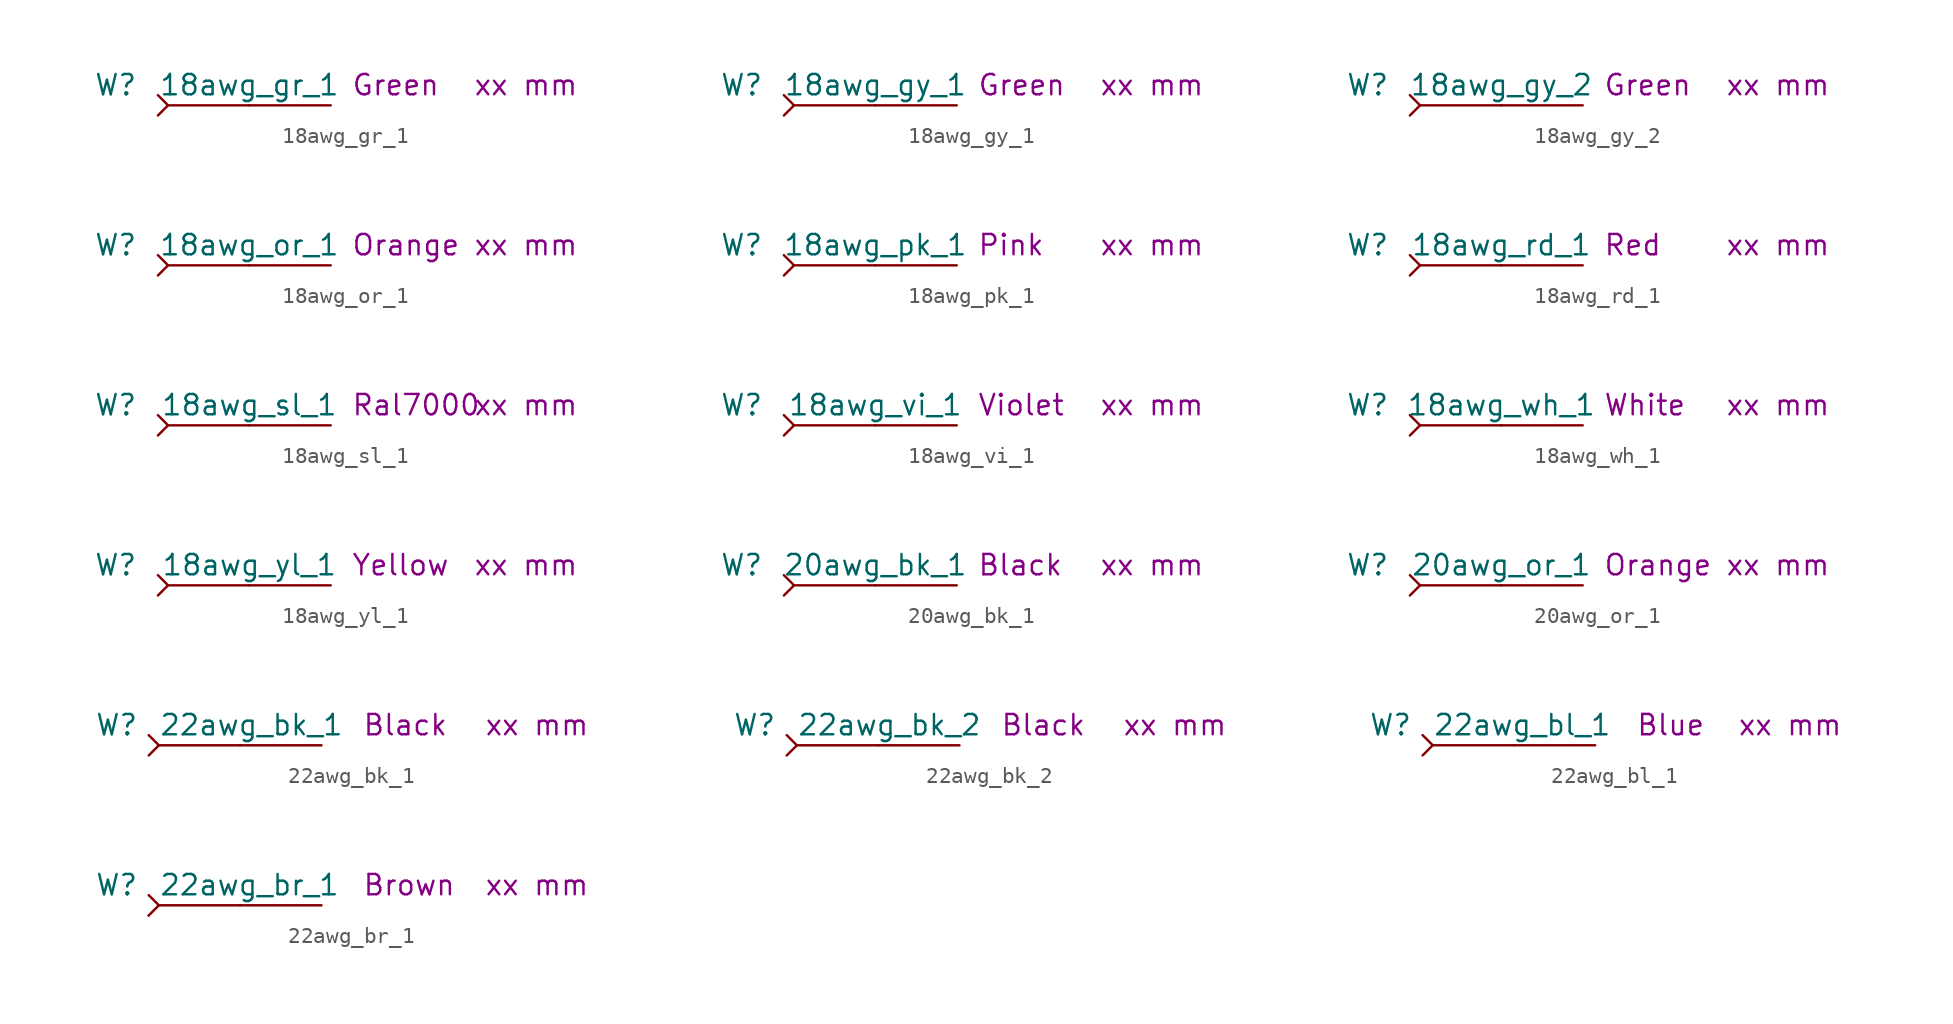
<source format=kicad_sym>
(kicad_symbol_lib
  (version 20220914)
  (generator kicad_symbol_editor)
  (symbol "18awg_gr_1"
    (pin_numbers hide)
    (pin_names
      (offset 0) hide)
    (property "Reference" "W"
      (at -6.985 1.27 0)
      (effects (font (size 1.27 1.27)) (justify right)))
    (property "Value" "18awg_gr_1"
      (at 0 1.27 0)
      (effects (font (size 1.27 1.27))))
    (property "Color" "Green"
      (at 6.35 1.27 0)
      (effects (font (size 1.27 1.27)) (justify left)))
    (property "Length" "xx mm"
      (at 13.97 1.27 0)
      (effects (font (size 1.27 1.27)) (justify left)))
    (symbol "18awg_gr_1_0_1"
      (polyline (pts (xy -5.715 0.635) (xy -5.08 0) (xy -5.715 -0.635)) (stroke (width 0) (type default)) (fill (type none))))
    (symbol "18awg_gr_1_1_1"
      (pin bidirectional line (at -5.08 0 0) (length 5.08) (name "X" (effects (font (size 1.27 1.27)))) (number "1" (effects (font (size 1.27 1.27)))))
      (pin bidirectional line (at 5.08 0 180) (length 5.08) (name "Y" (effects (font (size 1.27 1.27)))) (number "2" (effects (font (size 1.27 1.27)))))))
  (symbol "18awg_gy_1"
    (pin_numbers hide)
    (pin_names
      (offset 0) hide)
    (property "Reference" "W"
      (at -6.985 1.27 0)
      (effects (font (size 1.27 1.27)) (justify right)))
    (property "Value" "18awg_gy_1"
      (at 0 1.27 0)
      (effects (font (size 1.27 1.27))))
    (property "Color" "Green"
      (at 6.35 1.27 0)
      (effects (font (size 1.27 1.27)) (justify left)))
    (property "Length" "xx mm"
      (at 13.97 1.27 0)
      (effects (font (size 1.27 1.27)) (justify left)))
    (symbol "18awg_gy_1_0_1"
      (polyline (pts (xy -5.715 0.635) (xy -5.08 0) (xy -5.715 -0.635)) (stroke (width 0) (type default)) (fill (type none))))
    (symbol "18awg_gy_1_1_1"
      (pin bidirectional line (at -5.08 0 0) (length 5.08) (name "X" (effects (font (size 1.27 1.27)))) (number "1" (effects (font (size 1.27 1.27)))))
      (pin bidirectional line (at 5.08 0 180) (length 5.08) (name "Y" (effects (font (size 1.27 1.27)))) (number "2" (effects (font (size 1.27 1.27)))))))
  (symbol "18awg_gy_2"
    (pin_numbers hide)
    (pin_names
      (offset 0) hide)
    (property "Reference" "W"
      (at -6.985 1.27 0)
      (effects (font (size 1.27 1.27)) (justify right)))
    (property "Value" "18awg_gy_2"
      (at 0 1.27 0)
      (effects (font (size 1.27 1.27))))
    (property "Color" "Green"
      (at 6.35 1.27 0)
      (effects (font (size 1.27 1.27)) (justify left)))
    (property "Length" "xx mm"
      (at 13.97 1.27 0)
      (effects (font (size 1.27 1.27)) (justify left)))
    (symbol "18awg_gy_2_0_1"
      (polyline (pts (xy -5.715 0.635) (xy -5.08 0) (xy -5.715 -0.635)) (stroke (width 0) (type default)) (fill (type none))))
    (symbol "18awg_gy_2_1_1"
      (pin bidirectional line (at -5.08 0 0) (length 5.08) (name "X" (effects (font (size 1.27 1.27)))) (number "1" (effects (font (size 1.27 1.27)))))
      (pin bidirectional line (at 5.08 0 180) (length 5.08) (name "Y" (effects (font (size 1.27 1.27)))) (number "2" (effects (font (size 1.27 1.27)))))))
  (symbol "18awg_or_1"
    (pin_numbers hide)
    (pin_names
      (offset 0) hide)
    (property "Reference" "W"
      (at -6.985 1.27 0)
      (effects (font (size 1.27 1.27)) (justify right)))
    (property "Value" "18awg_or_1"
      (at 0 1.27 0)
      (effects (font (size 1.27 1.27))))
    (property "Color" "Orange"
      (at 6.35 1.27 0)
      (effects (font (size 1.27 1.27)) (justify left)))
    (property "Length" "xx mm"
      (at 13.97 1.27 0)
      (effects (font (size 1.27 1.27)) (justify left)))
    (symbol "18awg_or_1_0_1"
      (polyline (pts (xy -5.715 0.635) (xy -5.08 0) (xy -5.715 -0.635)) (stroke (width 0) (type default)) (fill (type none))))
    (symbol "18awg_or_1_1_1"
      (pin bidirectional line (at -5.08 0 0) (length 5.08) (name "X" (effects (font (size 1.27 1.27)))) (number "1" (effects (font (size 1.27 1.27)))))
      (pin bidirectional line (at 5.08 0 180) (length 5.08) (name "Y" (effects (font (size 1.27 1.27)))) (number "2" (effects (font (size 1.27 1.27)))))))
  (symbol "18awg_pk_1"
    (pin_numbers hide)
    (pin_names
      (offset 0) hide)
    (property "Reference" "W"
      (at -6.985 1.27 0)
      (effects (font (size 1.27 1.27)) (justify right)))
    (property "Value" "18awg_pk_1"
      (at 0 1.27 0)
      (effects (font (size 1.27 1.27))))
    (property "Color" "Pink"
      (at 6.35 1.27 0)
      (effects (font (size 1.27 1.27)) (justify left)))
    (property "Length" "xx mm"
      (at 13.97 1.27 0)
      (effects (font (size 1.27 1.27)) (justify left)))
    (symbol "18awg_pk_1_0_1"
      (polyline (pts (xy -5.715 0.635) (xy -5.08 0) (xy -5.715 -0.635)) (stroke (width 0) (type default)) (fill (type none))))
    (symbol "18awg_pk_1_1_1"
      (pin bidirectional line (at -5.08 0 0) (length 5.08) (name "X" (effects (font (size 1.27 1.27)))) (number "1" (effects (font (size 1.27 1.27)))))
      (pin bidirectional line (at 5.08 0 180) (length 5.08) (name "Y" (effects (font (size 1.27 1.27)))) (number "2" (effects (font (size 1.27 1.27)))))))
  (symbol "18awg_rd_1"
    (pin_numbers hide)
    (pin_names
      (offset 0) hide)
    (property "Reference" "W"
      (at -6.985 1.27 0)
      (effects (font (size 1.27 1.27)) (justify right)))
    (property "Value" "18awg_rd_1"
      (at 0 1.27 0)
      (effects (font (size 1.27 1.27))))
    (property "Color" "Red"
      (at 6.35 1.27 0)
      (effects (font (size 1.27 1.27)) (justify left)))
    (property "Length" "xx mm"
      (at 13.97 1.27 0)
      (effects (font (size 1.27 1.27)) (justify left)))
    (symbol "18awg_rd_1_0_1"
      (polyline (pts (xy -5.715 0.635) (xy -5.08 0) (xy -5.715 -0.635)) (stroke (width 0) (type default)) (fill (type none))))
    (symbol "18awg_rd_1_1_1"
      (pin bidirectional line (at -5.08 0 0) (length 5.08) (name "X" (effects (font (size 1.27 1.27)))) (number "1" (effects (font (size 1.27 1.27)))))
      (pin bidirectional line (at 5.08 0 180) (length 5.08) (name "Y" (effects (font (size 1.27 1.27)))) (number "2" (effects (font (size 1.27 1.27)))))))
  (symbol "18awg_sl_1"
    (pin_numbers hide)
    (pin_names
      (offset 0) hide)
    (property "Reference" "W"
      (at -6.985 1.27 0)
      (effects (font (size 1.27 1.27)) (justify right)))
    (property "Value" "18awg_sl_1"
      (at 0 1.27 0)
      (effects (font (size 1.27 1.27))))
    (property "Color" "Ral7000"
      (at 6.35 1.27 0)
      (effects (font (size 1.27 1.27)) (justify left)))
    (property "Length" "xx mm"
      (at 13.97 1.27 0)
      (effects (font (size 1.27 1.27)) (justify left)))
    (symbol "18awg_sl_1_0_1"
      (polyline (pts (xy -5.715 0.635) (xy -5.08 0) (xy -5.715 -0.635)) (stroke (width 0) (type default)) (fill (type none))))
    (symbol "18awg_sl_1_1_1"
      (pin bidirectional line (at -5.08 0 0) (length 5.08) (name "X" (effects (font (size 1.27 1.27)))) (number "1" (effects (font (size 1.27 1.27)))))
      (pin bidirectional line (at 5.08 0 180) (length 5.08) (name "Y" (effects (font (size 1.27 1.27)))) (number "2" (effects (font (size 1.27 1.27)))))))
  (symbol "18awg_vi_1"
    (pin_numbers hide)
    (pin_names
      (offset 0) hide)
    (property "Reference" "W"
      (at -6.985 1.27 0)
      (effects (font (size 1.27 1.27)) (justify right)))
    (property "Value" "18awg_vi_1"
      (at 0 1.27 0)
      (effects (font (size 1.27 1.27))))
    (property "Color" "Violet"
      (at 6.35 1.27 0)
      (effects (font (size 1.27 1.27)) (justify left)))
    (property "Length" "xx mm"
      (at 13.97 1.27 0)
      (effects (font (size 1.27 1.27)) (justify left)))
    (symbol "18awg_vi_1_0_1"
      (polyline (pts (xy -5.715 0.635) (xy -5.08 0) (xy -5.715 -0.635)) (stroke (width 0) (type default)) (fill (type none))))
    (symbol "18awg_vi_1_1_1"
      (pin bidirectional line (at -5.08 0 0) (length 5.08) (name "X" (effects (font (size 1.27 1.27)))) (number "1" (effects (font (size 1.27 1.27)))))
      (pin bidirectional line (at 5.08 0 180) (length 5.08) (name "Y" (effects (font (size 1.27 1.27)))) (number "2" (effects (font (size 1.27 1.27)))))))
  (symbol "18awg_wh_1"
    (pin_numbers hide)
    (pin_names
      (offset 0) hide)
    (property "Reference" "W"
      (at -6.985 1.27 0)
      (effects (font (size 1.27 1.27)) (justify right)))
    (property "Value" "18awg_wh_1"
      (at 0 1.27 0)
      (effects (font (size 1.27 1.27))))
    (property "Color" "White"
      (at 6.35 1.27 0)
      (effects (font (size 1.27 1.27)) (justify left)))
    (property "Length" "xx mm"
      (at 13.97 1.27 0)
      (effects (font (size 1.27 1.27)) (justify left)))
    (symbol "18awg_wh_1_0_1"
      (polyline (pts (xy -5.715 0.635) (xy -5.08 0) (xy -5.715 -0.635)) (stroke (width 0) (type default)) (fill (type none))))
    (symbol "18awg_wh_1_1_1"
      (pin bidirectional line (at -5.08 0 0) (length 5.08) (name "X" (effects (font (size 1.27 1.27)))) (number "1" (effects (font (size 1.27 1.27)))))
      (pin bidirectional line (at 5.08 0 180) (length 5.08) (name "Y" (effects (font (size 1.27 1.27)))) (number "2" (effects (font (size 1.27 1.27)))))))
  (symbol "18awg_yl_1"
    (pin_numbers hide)
    (pin_names
      (offset 0) hide)
    (property "Reference" "W"
      (at -6.985 1.27 0)
      (effects (font (size 1.27 1.27)) (justify right)))
    (property "Value" "18awg_yl_1"
      (at 0 1.27 0)
      (effects (font (size 1.27 1.27))))
    (property "Color" "Yellow"
      (at 6.35 1.27 0)
      (effects (font (size 1.27 1.27)) (justify left)))
    (property "Length" "xx mm"
      (at 13.97 1.27 0)
      (effects (font (size 1.27 1.27)) (justify left)))
    (symbol "18awg_yl_1_0_1"
      (polyline (pts (xy -5.715 0.635) (xy -5.08 0) (xy -5.715 -0.635)) (stroke (width 0) (type default)) (fill (type none))))
    (symbol "18awg_yl_1_1_1"
      (pin bidirectional line (at -5.08 0 0) (length 5.08) (name "X" (effects (font (size 1.27 1.27)))) (number "1" (effects (font (size 1.27 1.27)))))
      (pin bidirectional line (at 5.08 0 180) (length 5.08) (name "Y" (effects (font (size 1.27 1.27)))) (number "2" (effects (font (size 1.27 1.27)))))))
  (symbol "20awg_bk_1"
    (pin_numbers hide)
    (pin_names
      (offset 0) hide)
    (property "Reference" "W"
      (at -6.985 1.27 0)
      (effects (font (size 1.27 1.27)) (justify right)))
    (property "Value" "20awg_bk_1"
      (at 0 1.27 0)
      (effects (font (size 1.27 1.27))))
    (property "Color" "Black"
      (at 6.35 1.27 0)
      (effects (font (size 1.27 1.27)) (justify left)))
    (property "Length" "xx mm"
      (at 13.97 1.27 0)
      (effects (font (size 1.27 1.27)) (justify left)))
    (symbol "20awg_bk_1_0_1"
      (polyline (pts (xy -5.715 0.635) (xy -5.08 0) (xy -5.715 -0.635)) (stroke (width 0) (type default)) (fill (type none))))
    (symbol "20awg_bk_1_1_1"
      (pin bidirectional line (at -5.08 0 0) (length 5.08) (name "X" (effects (font (size 1.27 1.27)))) (number "1" (effects (font (size 1.27 1.27)))))
      (pin bidirectional line (at 5.08 0 180) (length 5.08) (name "Y" (effects (font (size 1.27 1.27)))) (number "2" (effects (font (size 1.27 1.27)))))))
  (symbol "20awg_or_1"
    (pin_numbers hide)
    (pin_names
      (offset 0) hide)
    (property "Reference" "W"
      (at -6.985 1.27 0)
      (effects (font (size 1.27 1.27)) (justify right)))
    (property "Value" "20awg_or_1"
      (at 0 1.27 0)
      (effects (font (size 1.27 1.27))))
    (property "Color" "Orange"
      (at 6.35 1.27 0)
      (effects (font (size 1.27 1.27)) (justify left)))
    (property "Length" "xx mm"
      (at 13.97 1.27 0)
      (effects (font (size 1.27 1.27)) (justify left)))
    (symbol "20awg_or_1_0_1"
      (polyline (pts (xy -5.715 0.635) (xy -5.08 0) (xy -5.715 -0.635)) (stroke (width 0) (type default)) (fill (type none))))
    (symbol "20awg_or_1_1_1"
      (pin bidirectional line (at -5.08 0 0) (length 5.08) (name "X" (effects (font (size 1.27 1.27)))) (number "1" (effects (font (size 1.27 1.27)))))
      (pin bidirectional line (at 5.08 0 180) (length 5.08) (name "Y" (effects (font (size 1.27 1.27)))) (number "2" (effects (font (size 1.27 1.27)))))))
  (symbol "22awg_bk_1"
    (pin_numbers hide)
    (pin_names
      (offset 0) hide)
    (property "Reference" "W"
      (at -6.35 1.27 0)
      (effects (font (size 1.27 1.27)) (justify right)))
    (property "Value" "22awg_bk_1"
      (at -5.08 1.27 0)
      (effects (font (size 1.27 1.27)) (justify left)))
    (property "Color" "Black"
      (at 7.62 1.27 0)
      (effects (font (size 1.27 1.27)) (justify left)))
    (property "Length" "xx mm"
      (at 15.24 1.27 0)
      (effects (font (size 1.27 1.27)) (justify left)))
    (symbol "22awg_bk_1_0_1"
      (polyline (pts (xy -5.715 0.635) (xy -5.08 0) (xy -5.715 -0.635)) (stroke (width 0) (type default)) (fill (type none))))
    (symbol "22awg_bk_1_1_1"
      (pin bidirectional line (at -5.08 0 0) (length 5.08) (name "X" (effects (font (size 1.27 1.27)))) (number "1" (effects (font (size 1.27 1.27)))))
      (pin bidirectional line (at 5.08 0 180) (length 5.08) (name "Y" (effects (font (size 1.27 1.27)))) (number "2" (effects (font (size 1.27 1.27)))))))
  (symbol "22awg_bk_2"
    (pin_numbers hide)
    (pin_names
      (offset 0) hide)
    (property "Reference" "W"
      (at -6.35 1.27 0)
      (effects (font (size 1.27 1.27)) (justify right)))
    (property "Value" "22awg_bk_2"
      (at -5.08 1.27 0)
      (effects (font (size 1.27 1.27)) (justify left)))
    (property "Color" "Black"
      (at 7.62 1.27 0)
      (effects (font (size 1.27 1.27)) (justify left)))
    (property "Length" "xx mm"
      (at 15.24 1.27 0)
      (effects (font (size 1.27 1.27)) (justify left)))
    (symbol "22awg_bk_2_0_1"
      (polyline (pts (xy -5.715 0.635) (xy -5.08 0) (xy -5.715 -0.635)) (stroke (width 0) (type default)) (fill (type none))))
    (symbol "22awg_bk_2_1_1"
      (pin bidirectional line (at -5.08 0 0) (length 5.08) (name "X" (effects (font (size 1.27 1.27)))) (number "1" (effects (font (size 1.27 1.27)))))
      (pin bidirectional line (at 5.08 0 180) (length 5.08) (name "Y" (effects (font (size 1.27 1.27)))) (number "2" (effects (font (size 1.27 1.27)))))))
  (symbol "22awg_bl_1"
    (pin_numbers hide)
    (pin_names
      (offset 0) hide)
    (property "Reference" "W"
      (at -6.35 1.27 0)
      (effects (font (size 1.27 1.27)) (justify right)))
    (property "Value" "22awg_bl_1"
      (at -5.08 1.27 0)
      (effects (font (size 1.27 1.27)) (justify left)))
    (property "Color" "Blue"
      (at 7.62 1.27 0)
      (effects (font (size 1.27 1.27)) (justify left)))
    (property "Length" "xx mm"
      (at 13.97 1.27 0)
      (effects (font (size 1.27 1.27)) (justify left)))
    (symbol "22awg_bl_1_0_1"
      (polyline (pts (xy -5.715 0.635) (xy -5.08 0) (xy -5.715 -0.635)) (stroke (width 0) (type default)) (fill (type none))))
    (symbol "22awg_bl_1_1_1"
      (pin bidirectional line (at -5.08 0 0) (length 5.08) (name "X" (effects (font (size 1.27 1.27)))) (number "1" (effects (font (size 1.27 1.27)))))
      (pin bidirectional line (at 5.08 0 180) (length 5.08) (name "Y" (effects (font (size 1.27 1.27)))) (number "2" (effects (font (size 1.27 1.27)))))))
  (symbol "22awg_br_1"
    (pin_numbers hide)
    (pin_names
      (offset 0) hide)
    (property "Reference" "W"
      (at -6.35 1.27 0)
      (effects (font (size 1.27 1.27)) (justify right)))
    (property "Value" "22awg_br_1"
      (at -5.08 1.27 0)
      (effects (font (size 1.27 1.27)) (justify left)))
    (property "Color" "Brown"
      (at 7.62 1.27 0)
      (effects (font (size 1.27 1.27)) (justify left)))
    (property "Length" "xx mm"
      (at 15.24 1.27 0)
      (effects (font (size 1.27 1.27)) (justify left)))
    (symbol "22awg_br_1_0_1"
      (polyline (pts (xy -5.715 -0.635) (xy -5.715 -0.635)) (stroke (width 0) (type default)) (fill (type none)))
      (polyline (pts (xy -5.715 0.635) (xy -5.08 0) (xy -5.715 -0.635)) (stroke (width 0) (type default)) (fill (type none))))
    (symbol "22awg_br_1_1_1"
      (pin bidirectional line (at -5.08 0 0) (length 5.08) (name "X" (effects (font (size 1.27 1.27)))) (number "1" (effects (font (size 1.27 1.27)))))
      (pin bidirectional line (at 5.08 0 180) (length 5.08) (name "Y" (effects (font (size 1.27 1.27)))) (number "2" (effects (font (size 1.27 1.27))))))))
</source>
